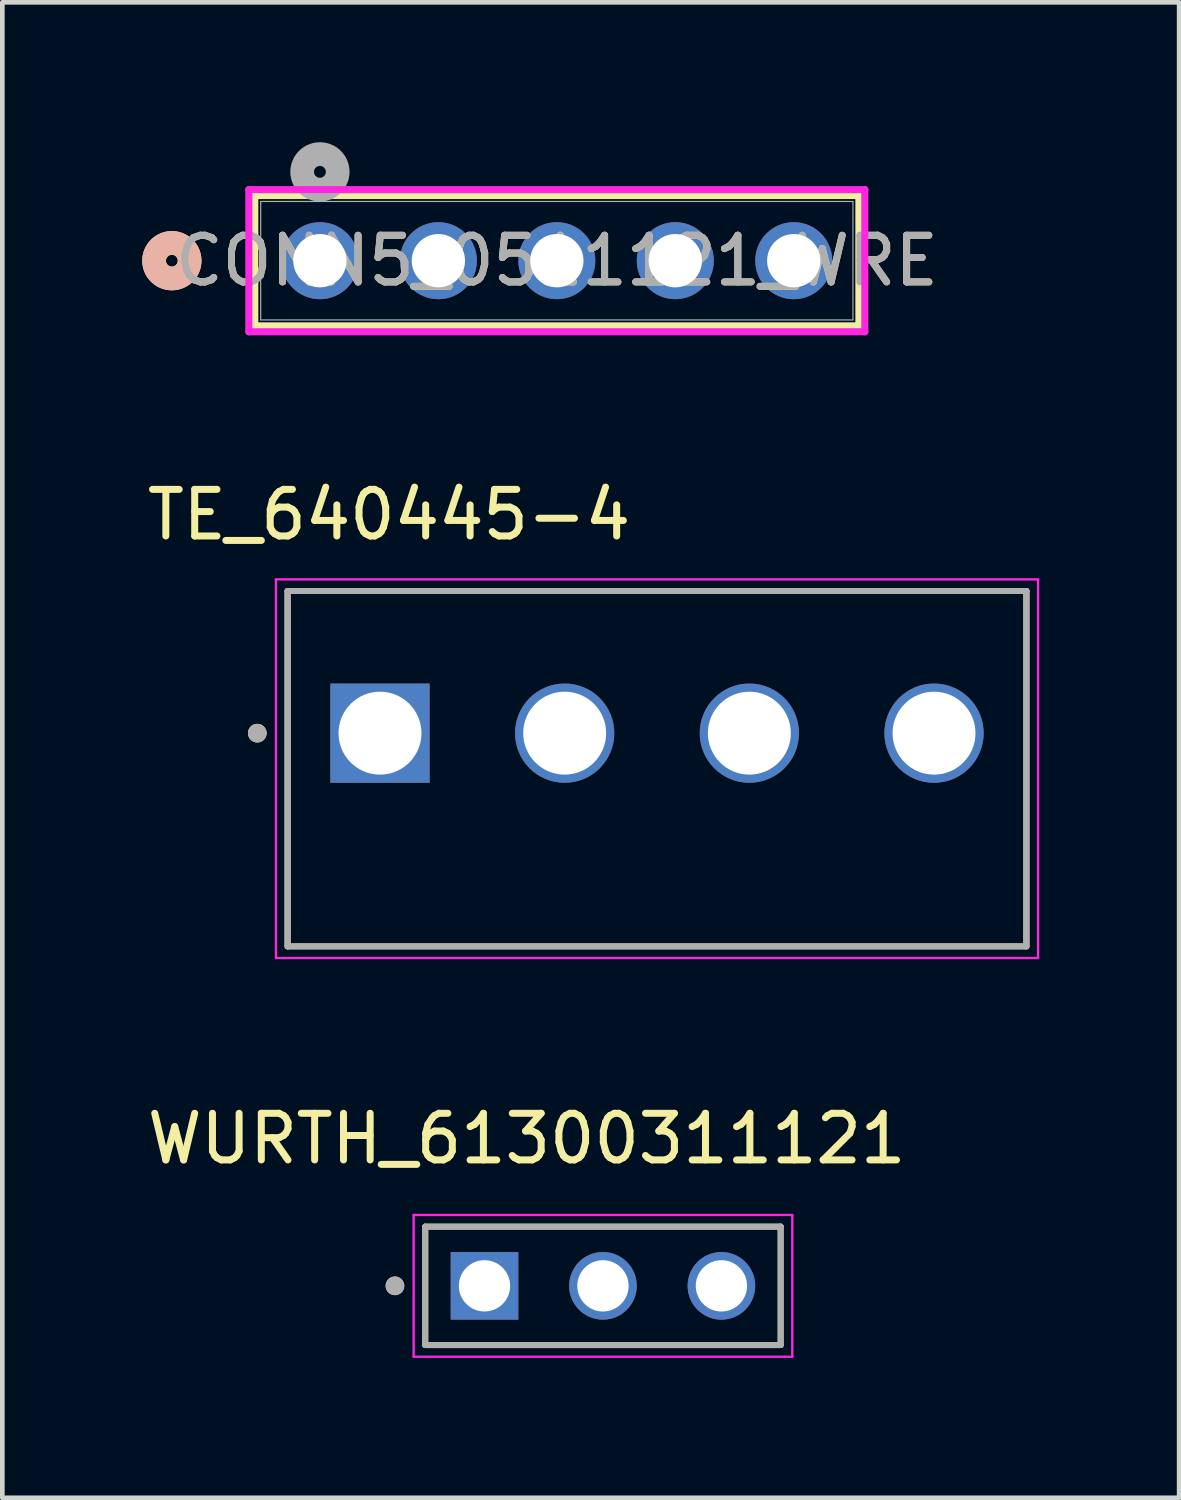
<source format=kicad_pcb>
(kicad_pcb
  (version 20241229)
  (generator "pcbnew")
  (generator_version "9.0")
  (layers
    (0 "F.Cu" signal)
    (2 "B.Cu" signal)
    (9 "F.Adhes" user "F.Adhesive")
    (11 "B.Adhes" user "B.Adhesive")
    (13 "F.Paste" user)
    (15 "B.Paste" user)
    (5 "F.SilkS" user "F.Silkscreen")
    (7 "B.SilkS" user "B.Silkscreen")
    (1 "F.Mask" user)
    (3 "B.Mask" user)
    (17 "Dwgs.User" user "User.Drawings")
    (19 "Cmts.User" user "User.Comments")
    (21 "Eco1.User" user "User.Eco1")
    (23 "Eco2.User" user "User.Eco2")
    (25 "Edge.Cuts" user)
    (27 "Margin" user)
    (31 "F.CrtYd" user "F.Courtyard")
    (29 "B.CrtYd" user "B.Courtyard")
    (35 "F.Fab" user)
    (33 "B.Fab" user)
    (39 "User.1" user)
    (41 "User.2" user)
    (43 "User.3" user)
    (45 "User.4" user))
  (footprint "CONN5_0511121_WRE"
    (layer "F.Cu")
    (at 3.81 2.54)
    (property "Reference" "CONN5_0511121_WRE" (at 5.08 0 0) (unlocked yes) (layer "F.SilkS") (effects (font (size 1 1) (thickness 0.15))))
    (attr through_hole)
    (fp_line (start -1.397 -1.397) (end -1.397 1.397) (stroke (width 0.152) (type solid)) (layer "F.SilkS"))
    (fp_line (start -1.397 1.397) (end 11.557 1.397) (stroke (width 0.152) (type solid)) (layer "F.SilkS"))
    (fp_line (start 11.557 -1.397) (end -1.397 -1.397) (stroke (width 0.152) (type solid)) (layer "F.SilkS"))
    (fp_line (start 11.557 1.397) (end 11.557 -1.397) (stroke (width 0.152) (type solid)) (layer "F.SilkS"))
    (fp_circle (center -3.175 0) (end -2.794 0) (stroke (width 0.508) (type solid)) (fill no) (layer "F.SilkS"))
    (fp_circle (center -3.175 0) (end -2.794 0) (stroke (width 0.508) (type solid)) (fill no) (layer "B.SilkS"))
    (fp_line (start -1.524 -1.524) (end -1.524 1.524) (stroke (width 0.152) (type solid)) (layer "F.CrtYd"))
    (fp_line (start -1.524 1.524) (end 11.684 1.524) (stroke (width 0.152) (type solid)) (layer "F.CrtYd"))
    (fp_line (start 11.684 -1.524) (end -1.524 -1.524) (stroke (width 0.152) (type solid)) (layer "F.CrtYd"))
    (fp_line (start 11.684 1.524) (end 11.684 -1.524) (stroke (width 0.152) (type solid)) (layer "F.CrtYd"))
    (fp_line (start -1.27 -1.27) (end -1.27 1.27) (stroke (width 0.025) (type solid)) (layer "F.Fab"))
    (fp_line (start -1.27 1.27) (end 11.43 1.27) (stroke (width 0.025) (type solid)) (layer "F.Fab"))
    (fp_line (start 11.43 -1.27) (end -1.27 -1.27) (stroke (width 0.025) (type solid)) (layer "F.Fab"))
    (fp_line (start 11.43 1.27) (end 11.43 -1.27) (stroke (width 0.025) (type solid)) (layer "F.Fab"))
    (fp_circle (center 0 -1.905) (end 0.381 -1.905) (stroke (width 0.508) (type solid)) (fill no) (layer "F.Fab"))
    (fp_text user "${REFERENCE}" (at 5.08 0 0) (unlocked yes) (layer "F.Fab") (effects (font (size 1 1) (thickness 0.15))))
    (pad "1" thru_hole circle (at 0 0) (size 1.651 1.651) (drill 1.143) (layers "*.Cu" "*.Mask"))
    (pad "2" thru_hole circle (at 2.54 0) (size 1.651 1.651) (drill 1.143) (layers "*.Cu" "*.Mask"))
    (pad "3" thru_hole circle (at 5.08 0) (size 1.651 1.651) (drill 1.143) (layers "*.Cu" "*.Mask"))
    (pad "4" thru_hole circle (at 7.62 0) (size 1.651 1.651) (drill 1.143) (layers "*.Cu" "*.Mask"))
    (pad "5" thru_hole circle (at 10.16 0) (size 1.651 1.651) (drill 1.143) (layers "*.Cu" "*.Mask")))
  (footprint "TE_640445-4"
    (layer "F.Cu")
    (at 5.098 12.671)
    (property "Reference" "TE_640445-4" (at 0.194 -4.683 0) (layer "F.SilkS") (effects (font (size 1 1) (thickness 0.15))))
    (attr through_hole)
    (fp_line (start -1.981 4.572) (end -1.981 -3.048) (stroke (width 0.127) (type solid)) (layer "F.SilkS"))
    (fp_line (start 13.861 -3.048) (end -1.981 -3.048) (stroke (width 0.127) (type solid)) (layer "F.SilkS"))
    (fp_line (start 13.861 -3.048) (end 13.861 4.572) (stroke (width 0.127) (type solid)) (layer "F.SilkS"))
    (fp_line (start 13.861 4.572) (end -1.981 4.572) (stroke (width 0.127) (type solid)) (layer "F.SilkS"))
    (fp_circle (center -2.631 0) (end -2.531 0) (stroke (width 0.2) (type solid)) (fill no) (layer "F.SilkS"))
    (fp_line (start -2.231 -3.298) (end 14.111 -3.298) (stroke (width 0.05) (type solid)) (layer "F.CrtYd"))
    (fp_line (start -2.231 4.822) (end -2.231 -3.298) (stroke (width 0.05) (type solid)) (layer "F.CrtYd"))
    (fp_line (start 14.111 -3.298) (end 14.111 4.822) (stroke (width 0.05) (type solid)) (layer "F.CrtYd"))
    (fp_line (start 14.111 4.822) (end -2.231 4.822) (stroke (width 0.05) (type solid)) (layer "F.CrtYd"))
    (fp_line (start -1.981 -3.048) (end 13.861 -3.048) (stroke (width 0.127) (type solid)) (layer "F.Fab"))
    (fp_line (start -1.981 -3.048) (end 13.861 -3.048) (stroke (width 0.127) (type solid)) (layer "F.Fab"))
    (fp_line (start -1.981 4.572) (end -1.981 -3.048) (stroke (width 0.127) (type solid)) (layer "F.Fab"))
    (fp_line (start -1.981 4.572) (end -1.981 -3.048) (stroke (width 0.127) (type solid)) (layer "F.Fab"))
    (fp_line (start 13.861 -3.048) (end 13.861 4.572) (stroke (width 0.127) (type solid)) (layer "F.Fab"))
    (fp_line (start 13.861 -3.048) (end 13.861 4.572) (stroke (width 0.127) (type solid)) (layer "F.Fab"))
    (fp_line (start 13.861 4.572) (end -1.981 4.572) (stroke (width 0.127) (type solid)) (layer "F.Fab"))
    (fp_circle (center -2.631 0) (end -2.531 0) (stroke (width 0.2) (type solid)) (fill no) (layer "F.Fab"))
    (pad "1" thru_hole rect (at 0 0) (size 2.128 2.128) (drill 1.778) (layers "*.Cu" "*.Mask"))
    (pad "2" thru_hole circle (at 3.96 0) (size 2.128 2.128) (drill 1.778) (layers "*.Cu" "*.Mask"))
    (pad "3" thru_hole circle (at 7.92 0) (size 2.128 2.128) (drill 1.778) (layers "*.Cu" "*.Mask"))
    (pad "4" thru_hole circle (at 11.88 0) (size 2.128 2.128) (drill 1.778) (layers "*.Cu" "*.Mask")))
  (footprint "WURTH_61300311121"
    (layer "F.Cu")
    (at 9.879 24.522)
    (property "Reference" "WURTH_61300311121" (at -1.635 -3.155 0) (layer "F.SilkS") (effects (font (size 1 1) (thickness 0.15))))
    (attr through_hole)
    (fp_line (start -3.81 1.27) (end -3.81 -1.27) (stroke (width 0.127) (type solid)) (layer "F.SilkS"))
    (fp_line (start 3.81 -1.27) (end -3.81 -1.27) (stroke (width 0.127) (type solid)) (layer "F.SilkS"))
    (fp_line (start 3.81 -1.27) (end 3.81 1.27) (stroke (width 0.127) (type solid)) (layer "F.SilkS"))
    (fp_line (start 3.81 1.27) (end -3.81 1.27) (stroke (width 0.127) (type solid)) (layer "F.SilkS"))
    (fp_circle (center -4.46 0) (end -4.36 0) (stroke (width 0.2) (type solid)) (fill no) (layer "F.SilkS"))
    (fp_line (start -4.06 -1.52) (end 4.06 -1.52) (stroke (width 0.05) (type solid)) (layer "F.CrtYd"))
    (fp_line (start -4.06 1.52) (end -4.06 -1.52) (stroke (width 0.05) (type solid)) (layer "F.CrtYd"))
    (fp_line (start 4.06 -1.52) (end 4.06 1.52) (stroke (width 0.05) (type solid)) (layer "F.CrtYd"))
    (fp_line (start 4.06 1.52) (end -4.06 1.52) (stroke (width 0.05) (type solid)) (layer "F.CrtYd"))
    (fp_line (start -3.81 -1.27) (end 3.81 -1.27) (stroke (width 0.127) (type solid)) (layer "F.Fab"))
    (fp_line (start -3.81 1.27) (end -3.81 -1.27) (stroke (width 0.127) (type solid)) (layer "F.Fab"))
    (fp_line (start 3.81 -1.27) (end 3.81 1.27) (stroke (width 0.127) (type solid)) (layer "F.Fab"))
    (fp_line (start 3.81 1.27) (end -3.81 1.27) (stroke (width 0.127) (type solid)) (layer "F.Fab"))
    (fp_circle (center -4.46 0) (end -4.36 0) (stroke (width 0.2) (type solid)) (fill no) (layer "F.Fab"))
    (pad "01" thru_hole rect (at -2.54 0) (size 1.45 1.45) (drill 1.1) (layers "*.Cu" "*.Mask"))
    (pad "02" thru_hole circle (at 0 0) (size 1.45 1.45) (drill 1.1) (layers "*.Cu" "*.Mask"))
    (pad "03" thru_hole circle (at 2.54 0) (size 1.45 1.45) (drill 1.1) (layers "*.Cu" "*.Mask")))
  (gr_rect
    (start -3 -3)
    (end 22.234 29.067)
    (stroke (width 0.1) (type default))
    (fill no)
    (layer "Edge.Cuts")))
</source>
